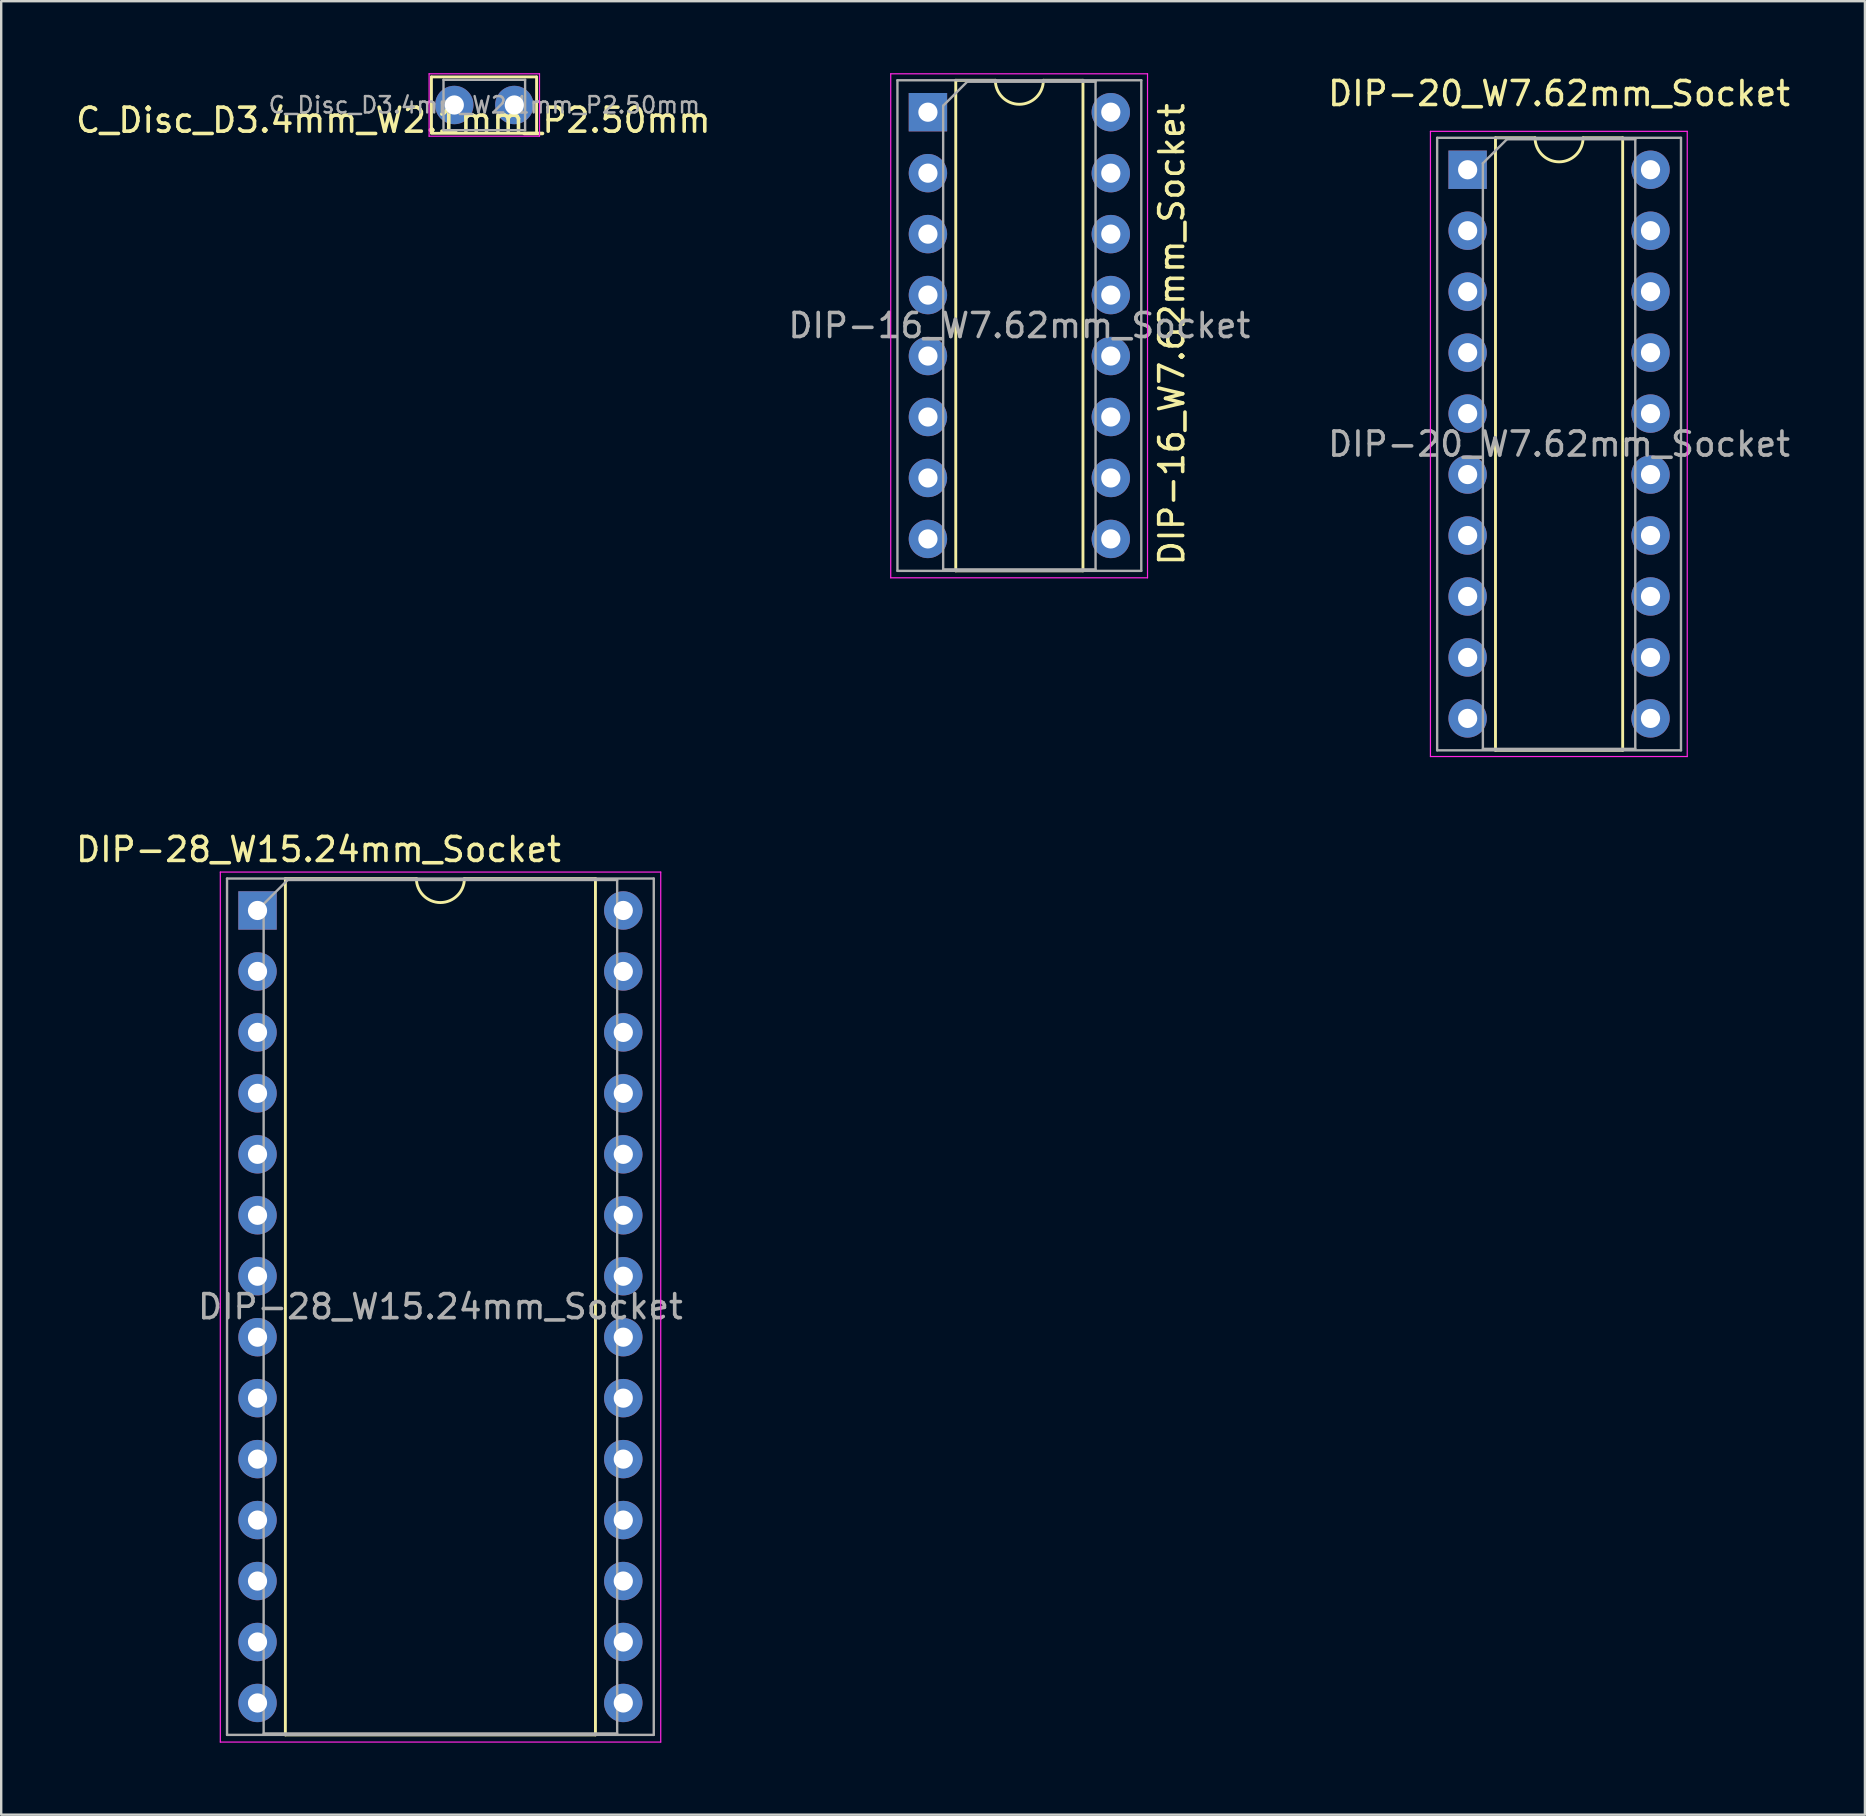
<source format=kicad_pcb>
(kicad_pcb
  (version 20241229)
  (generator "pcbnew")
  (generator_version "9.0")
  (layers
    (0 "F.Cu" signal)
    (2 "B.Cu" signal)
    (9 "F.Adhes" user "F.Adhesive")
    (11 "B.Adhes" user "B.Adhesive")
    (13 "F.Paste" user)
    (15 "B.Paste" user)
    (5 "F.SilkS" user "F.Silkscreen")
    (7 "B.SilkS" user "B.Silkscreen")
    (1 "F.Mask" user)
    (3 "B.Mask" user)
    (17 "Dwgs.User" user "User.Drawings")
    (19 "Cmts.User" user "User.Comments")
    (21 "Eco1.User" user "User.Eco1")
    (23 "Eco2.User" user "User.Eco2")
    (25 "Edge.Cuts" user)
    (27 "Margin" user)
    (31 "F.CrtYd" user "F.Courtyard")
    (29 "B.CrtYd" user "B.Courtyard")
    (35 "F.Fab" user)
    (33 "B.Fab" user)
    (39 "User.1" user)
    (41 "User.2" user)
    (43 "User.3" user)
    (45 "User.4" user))
  (footprint "DIP-28_W15.24mm_Socket"
    (layer "F.Cu")
    (at 7.68 34.886)
    (property "Reference" "DIP-28_W15.24mm_Socket" (at 2.54 -2.54 180) (layer "F.SilkS") (effects (font (size 1 1) (thickness 0.15))))
    (attr through_hole)
    (fp_line (start 1.16 -1.33) (end 1.16 34.35) (stroke (width 0.12) (type solid)) (layer "F.SilkS"))
    (fp_line (start 1.16 34.35) (end 14.08 34.35) (stroke (width 0.12) (type solid)) (layer "F.SilkS"))
    (fp_line (start 6.62 -1.33) (end 1.16 -1.33) (stroke (width 0.12) (type solid)) (layer "F.SilkS"))
    (fp_line (start 14.08 -1.33) (end 8.62 -1.33) (stroke (width 0.12) (type solid)) (layer "F.SilkS"))
    (fp_line (start 14.08 34.35) (end 14.08 -1.33) (stroke (width 0.12) (type solid)) (layer "F.SilkS"))
    (fp_arc (start 8.62 -1.33) (mid 7.62 -0.33) (end 6.62 -1.33) (stroke (width 0.12) (type solid)) (layer "F.SilkS"))
    (fp_line (start -1.55 -1.6) (end -1.55 34.65) (stroke (width 0.05) (type solid)) (layer "F.CrtYd"))
    (fp_line (start -1.55 34.65) (end 16.8 34.65) (stroke (width 0.05) (type solid)) (layer "F.CrtYd"))
    (fp_line (start 16.8 -1.6) (end -1.55 -1.6) (stroke (width 0.05) (type solid)) (layer "F.CrtYd"))
    (fp_line (start 16.8 34.65) (end 16.8 -1.6) (stroke (width 0.05) (type solid)) (layer "F.CrtYd"))
    (fp_line (start -1.27 -1.33) (end -1.27 34.35) (stroke (width 0.1) (type solid)) (layer "F.Fab"))
    (fp_line (start -1.27 34.35) (end 16.51 34.35) (stroke (width 0.1) (type solid)) (layer "F.Fab"))
    (fp_line (start 0.255 -0.27) (end 1.255 -1.27) (stroke (width 0.1) (type solid)) (layer "F.Fab"))
    (fp_line (start 0.255 34.29) (end 0.255 -0.27) (stroke (width 0.1) (type solid)) (layer "F.Fab"))
    (fp_line (start 1.255 -1.27) (end 14.985 -1.27) (stroke (width 0.1) (type solid)) (layer "F.Fab"))
    (fp_line (start 14.985 -1.27) (end 14.985 34.29) (stroke (width 0.1) (type solid)) (layer "F.Fab"))
    (fp_line (start 14.985 34.29) (end 0.255 34.29) (stroke (width 0.1) (type solid)) (layer "F.Fab"))
    (fp_line (start 16.51 -1.33) (end -1.27 -1.33) (stroke (width 0.1) (type solid)) (layer "F.Fab"))
    (fp_line (start 16.51 34.35) (end 16.51 -1.33) (stroke (width 0.1) (type solid)) (layer "F.Fab"))
    (fp_text user "${REFERENCE}" (at 7.62 16.51 180) (layer "F.Fab") (effects (font (size 1 1) (thickness 0.15))))
    (pad "1" thru_hole rect (at 0 0) (size 1.6 1.6) (drill 0.8) (layers "*.Cu" "*.Mask"))
    (pad "2" thru_hole oval (at 0 2.54) (size 1.6 1.6) (drill 0.8) (layers "*.Cu" "*.Mask"))
    (pad "3" thru_hole oval (at 0 5.08) (size 1.6 1.6) (drill 0.8) (layers "*.Cu" "*.Mask"))
    (pad "4" thru_hole oval (at 0 7.62) (size 1.6 1.6) (drill 0.8) (layers "*.Cu" "*.Mask"))
    (pad "5" thru_hole oval (at 0 10.16) (size 1.6 1.6) (drill 0.8) (layers "*.Cu" "*.Mask"))
    (pad "6" thru_hole oval (at 0 12.7) (size 1.6 1.6) (drill 0.8) (layers "*.Cu" "*.Mask"))
    (pad "7" thru_hole oval (at 0 15.24) (size 1.6 1.6) (drill 0.8) (layers "*.Cu" "*.Mask"))
    (pad "8" thru_hole oval (at 0 17.78) (size 1.6 1.6) (drill 0.8) (layers "*.Cu" "*.Mask"))
    (pad "9" thru_hole oval (at 0 20.32) (size 1.6 1.6) (drill 0.8) (layers "*.Cu" "*.Mask"))
    (pad "10" thru_hole oval (at 0 22.86) (size 1.6 1.6) (drill 0.8) (layers "*.Cu" "*.Mask"))
    (pad "11" thru_hole oval (at 0 25.4) (size 1.6 1.6) (drill 0.8) (layers "*.Cu" "*.Mask"))
    (pad "12" thru_hole oval (at 0 27.94) (size 1.6 1.6) (drill 0.8) (layers "*.Cu" "*.Mask"))
    (pad "13" thru_hole oval (at 0 30.48) (size 1.6 1.6) (drill 0.8) (layers "*.Cu" "*.Mask"))
    (pad "14" thru_hole oval (at 0 33.02) (size 1.6 1.6) (drill 0.8) (layers "*.Cu" "*.Mask"))
    (pad "15" thru_hole oval (at 15.24 33.02) (size 1.6 1.6) (drill 0.8) (layers "*.Cu" "*.Mask"))
    (pad "16" thru_hole oval (at 15.24 30.48) (size 1.6 1.6) (drill 0.8) (layers "*.Cu" "*.Mask"))
    (pad "17" thru_hole oval (at 15.24 27.94) (size 1.6 1.6) (drill 0.8) (layers "*.Cu" "*.Mask"))
    (pad "18" thru_hole oval (at 15.24 25.4) (size 1.6 1.6) (drill 0.8) (layers "*.Cu" "*.Mask"))
    (pad "19" thru_hole oval (at 15.24 22.86) (size 1.6 1.6) (drill 0.8) (layers "*.Cu" "*.Mask"))
    (pad "20" thru_hole oval (at 15.24 20.32) (size 1.6 1.6) (drill 0.8) (layers "*.Cu" "*.Mask"))
    (pad "21" thru_hole oval (at 15.24 17.78) (size 1.6 1.6) (drill 0.8) (layers "*.Cu" "*.Mask"))
    (pad "22" thru_hole oval (at 15.24 15.24) (size 1.6 1.6) (drill 0.8) (layers "*.Cu" "*.Mask"))
    (pad "23" thru_hole oval (at 15.24 12.7) (size 1.6 1.6) (drill 0.8) (layers "*.Cu" "*.Mask"))
    (pad "24" thru_hole oval (at 15.24 10.16) (size 1.6 1.6) (drill 0.8) (layers "*.Cu" "*.Mask"))
    (pad "25" thru_hole oval (at 15.24 7.62) (size 1.6 1.6) (drill 0.8) (layers "*.Cu" "*.Mask"))
    (pad "26" thru_hole oval (at 15.24 5.08) (size 1.6 1.6) (drill 0.8) (layers "*.Cu" "*.Mask"))
    (pad "27" thru_hole oval (at 15.24 2.54) (size 1.6 1.6) (drill 0.8) (layers "*.Cu" "*.Mask"))
    (pad "28" thru_hole oval (at 15.24 0) (size 1.6 1.6) (drill 0.8) (layers "*.Cu" "*.Mask")))
  (footprint "C_Disc_D3.4mm_W2.1mm_P2.50mm"
    (layer "F.Cu")
    (at 15.879 1.325)
    (property "Reference" "C_Disc_D3.4mm_W2.1mm_P2.50mm" (at -2.54 0.635 0) (layer "F.SilkS") (effects (font (size 1 1) (thickness 0.15))))
    (attr through_hole)
    (fp_line (start -0.953 -1.17) (end -0.953 1.143) (stroke (width 0.12) (type solid)) (layer "F.SilkS"))
    (fp_line (start -0.953 -1.17) (end 3.429 -1.17) (stroke (width 0.12) (type solid)) (layer "F.SilkS"))
    (fp_line (start -0.953 1.179) (end 3.429 1.179) (stroke (width 0.12) (type solid)) (layer "F.SilkS"))
    (fp_line (start 3.429 -1.17) (end 3.429 1.143) (stroke (width 0.12) (type solid)) (layer "F.SilkS"))
    (fp_line (start -1.05 -1.3) (end -1.05 1.3) (stroke (width 0.05) (type solid)) (layer "F.CrtYd"))
    (fp_line (start -1.05 1.3) (end 3.55 1.3) (stroke (width 0.05) (type solid)) (layer "F.CrtYd"))
    (fp_line (start 3.55 -1.3) (end -1.05 -1.3) (stroke (width 0.05) (type solid)) (layer "F.CrtYd"))
    (fp_line (start 3.55 1.3) (end 3.55 -1.3) (stroke (width 0.05) (type solid)) (layer "F.CrtYd"))
    (fp_line (start -0.45 -1.05) (end -0.45 1.05) (stroke (width 0.1) (type solid)) (layer "F.Fab"))
    (fp_line (start -0.45 1.05) (end 2.95 1.05) (stroke (width 0.1) (type solid)) (layer "F.Fab"))
    (fp_line (start 2.95 -1.05) (end -0.45 -1.05) (stroke (width 0.1) (type solid)) (layer "F.Fab"))
    (fp_line (start 2.95 1.05) (end 2.95 -1.05) (stroke (width 0.1) (type solid)) (layer "F.Fab"))
    (fp_text user "${REFERENCE}" (at 1.25 0 0) (layer "F.Fab") (effects (font (size 0.68 0.68) (thickness 0.102))))
    (pad "1" thru_hole circle (at 0 0) (size 1.6 1.6) (drill 0.8) (layers "*.Cu" "*.Mask"))
    (pad "2" thru_hole circle (at 2.5 0) (size 1.6 1.6) (drill 0.8) (layers "*.Cu" "*.Mask")))
  (footprint "DIP-20_W7.62mm_Socket"
    (layer "F.Cu")
    (at 58.101 4.023)
    (property "Reference" "DIP-20_W7.62mm_Socket" (at 3.81 -3.175 180) (layer "F.SilkS") (effects (font (size 1 1) (thickness 0.15))))
    (attr through_hole)
    (fp_line (start 1.16 -1.33) (end 1.16 24.19) (stroke (width 0.12) (type solid)) (layer "F.SilkS"))
    (fp_line (start 1.16 24.19) (end 6.46 24.19) (stroke (width 0.12) (type solid)) (layer "F.SilkS"))
    (fp_line (start 2.81 -1.33) (end 1.16 -1.33) (stroke (width 0.12) (type solid)) (layer "F.SilkS"))
    (fp_line (start 6.46 -1.33) (end 4.81 -1.33) (stroke (width 0.12) (type solid)) (layer "F.SilkS"))
    (fp_line (start 6.46 24.19) (end 6.46 -1.33) (stroke (width 0.12) (type solid)) (layer "F.SilkS"))
    (fp_arc (start 4.81 -1.33) (mid 3.81 -0.33) (end 2.81 -1.33) (stroke (width 0.12) (type solid)) (layer "F.SilkS"))
    (fp_line (start -1.55 -1.6) (end -1.55 24.45) (stroke (width 0.05) (type solid)) (layer "F.CrtYd"))
    (fp_line (start -1.55 24.45) (end 9.15 24.45) (stroke (width 0.05) (type solid)) (layer "F.CrtYd"))
    (fp_line (start 9.15 -1.6) (end -1.55 -1.6) (stroke (width 0.05) (type solid)) (layer "F.CrtYd"))
    (fp_line (start 9.15 24.45) (end 9.15 -1.6) (stroke (width 0.05) (type solid)) (layer "F.CrtYd"))
    (fp_line (start -1.27 -1.33) (end -1.27 24.19) (stroke (width 0.1) (type solid)) (layer "F.Fab"))
    (fp_line (start -1.27 24.19) (end 8.89 24.19) (stroke (width 0.1) (type solid)) (layer "F.Fab"))
    (fp_line (start 0.635 -0.27) (end 1.635 -1.27) (stroke (width 0.1) (type solid)) (layer "F.Fab"))
    (fp_line (start 0.635 24.13) (end 0.635 -0.27) (stroke (width 0.1) (type solid)) (layer "F.Fab"))
    (fp_line (start 1.635 -1.27) (end 6.985 -1.27) (stroke (width 0.1) (type solid)) (layer "F.Fab"))
    (fp_line (start 6.985 -1.27) (end 6.985 24.13) (stroke (width 0.1) (type solid)) (layer "F.Fab"))
    (fp_line (start 6.985 24.13) (end 0.635 24.13) (stroke (width 0.1) (type solid)) (layer "F.Fab"))
    (fp_line (start 8.89 -1.33) (end -1.27 -1.33) (stroke (width 0.1) (type solid)) (layer "F.Fab"))
    (fp_line (start 8.89 24.19) (end 8.89 -1.33) (stroke (width 0.1) (type solid)) (layer "F.Fab"))
    (fp_text user "${REFERENCE}" (at 3.81 11.43 180) (layer "F.Fab") (effects (font (size 1 1) (thickness 0.15))))
    (pad "1" thru_hole rect (at 0 0) (size 1.6 1.6) (drill 0.8) (layers "*.Cu" "*.Mask"))
    (pad "2" thru_hole oval (at 0 2.54) (size 1.6 1.6) (drill 0.8) (layers "*.Cu" "*.Mask"))
    (pad "3" thru_hole oval (at 0 5.08) (size 1.6 1.6) (drill 0.8) (layers "*.Cu" "*.Mask"))
    (pad "4" thru_hole oval (at 0 7.62) (size 1.6 1.6) (drill 0.8) (layers "*.Cu" "*.Mask"))
    (pad "5" thru_hole oval (at 0 10.16) (size 1.6 1.6) (drill 0.8) (layers "*.Cu" "*.Mask"))
    (pad "6" thru_hole oval (at 0 12.7) (size 1.6 1.6) (drill 0.8) (layers "*.Cu" "*.Mask"))
    (pad "7" thru_hole oval (at 0 15.24) (size 1.6 1.6) (drill 0.8) (layers "*.Cu" "*.Mask"))
    (pad "8" thru_hole oval (at 0 17.78) (size 1.6 1.6) (drill 0.8) (layers "*.Cu" "*.Mask"))
    (pad "9" thru_hole oval (at 0 20.32) (size 1.6 1.6) (drill 0.8) (layers "*.Cu" "*.Mask"))
    (pad "10" thru_hole oval (at 0 22.86) (size 1.6 1.6) (drill 0.8) (layers "*.Cu" "*.Mask"))
    (pad "11" thru_hole oval (at 7.62 22.86) (size 1.6 1.6) (drill 0.8) (layers "*.Cu" "*.Mask"))
    (pad "12" thru_hole oval (at 7.62 20.32) (size 1.6 1.6) (drill 0.8) (layers "*.Cu" "*.Mask"))
    (pad "13" thru_hole oval (at 7.62 17.78) (size 1.6 1.6) (drill 0.8) (layers "*.Cu" "*.Mask"))
    (pad "14" thru_hole oval (at 7.62 15.24) (size 1.6 1.6) (drill 0.8) (layers "*.Cu" "*.Mask"))
    (pad "15" thru_hole oval (at 7.62 12.7) (size 1.6 1.6) (drill 0.8) (layers "*.Cu" "*.Mask"))
    (pad "16" thru_hole oval (at 7.62 10.16) (size 1.6 1.6) (drill 0.8) (layers "*.Cu" "*.Mask"))
    (pad "17" thru_hole oval (at 7.62 7.62) (size 1.6 1.6) (drill 0.8) (layers "*.Cu" "*.Mask"))
    (pad "18" thru_hole oval (at 7.62 5.08) (size 1.6 1.6) (drill 0.8) (layers "*.Cu" "*.Mask"))
    (pad "19" thru_hole oval (at 7.62 2.54) (size 1.6 1.6) (drill 0.8) (layers "*.Cu" "*.Mask"))
    (pad "20" thru_hole oval (at 7.62 0) (size 1.6 1.6) (drill 0.8) (layers "*.Cu" "*.Mask")))
  (footprint "DIP-16_W7.62mm_Socket"
    (layer "F.Cu")
    (at 35.613 1.625)
    (property "Reference" "DIP-16_W7.62mm_Socket" (at 10.16 9.256 270) (layer "F.SilkS") (effects (font (size 1 1) (thickness 0.15))))
    (attr through_hole)
    (fp_line (start 1.16 -1.33) (end 1.16 19.11) (stroke (width 0.12) (type solid)) (layer "F.SilkS"))
    (fp_line (start 1.16 19.11) (end 6.46 19.11) (stroke (width 0.12) (type solid)) (layer "F.SilkS"))
    (fp_line (start 2.81 -1.33) (end 1.16 -1.33) (stroke (width 0.12) (type solid)) (layer "F.SilkS"))
    (fp_line (start 6.46 -1.33) (end 4.81 -1.33) (stroke (width 0.12) (type solid)) (layer "F.SilkS"))
    (fp_line (start 6.46 19.11) (end 6.46 -1.33) (stroke (width 0.12) (type solid)) (layer "F.SilkS"))
    (fp_arc (start 4.81 -1.33) (mid 3.81 -0.33) (end 2.81 -1.33) (stroke (width 0.12) (type solid)) (layer "F.SilkS"))
    (fp_line (start -1.55 -1.6) (end -1.55 19.4) (stroke (width 0.05) (type solid)) (layer "F.CrtYd"))
    (fp_line (start -1.55 19.4) (end 9.15 19.4) (stroke (width 0.05) (type solid)) (layer "F.CrtYd"))
    (fp_line (start 9.15 -1.6) (end -1.55 -1.6) (stroke (width 0.05) (type solid)) (layer "F.CrtYd"))
    (fp_line (start 9.15 19.4) (end 9.15 -1.6) (stroke (width 0.05) (type solid)) (layer "F.CrtYd"))
    (fp_line (start -1.27 -1.33) (end -1.27 19.11) (stroke (width 0.1) (type solid)) (layer "F.Fab"))
    (fp_line (start -1.27 19.11) (end 8.89 19.11) (stroke (width 0.1) (type solid)) (layer "F.Fab"))
    (fp_line (start 0.635 -0.27) (end 1.635 -1.27) (stroke (width 0.1) (type solid)) (layer "F.Fab"))
    (fp_line (start 0.635 19.05) (end 0.635 -0.27) (stroke (width 0.1) (type solid)) (layer "F.Fab"))
    (fp_line (start 1.635 -1.27) (end 6.985 -1.27) (stroke (width 0.1) (type solid)) (layer "F.Fab"))
    (fp_line (start 6.985 -1.27) (end 6.985 19.05) (stroke (width 0.1) (type solid)) (layer "F.Fab"))
    (fp_line (start 6.985 19.05) (end 0.635 19.05) (stroke (width 0.1) (type solid)) (layer "F.Fab"))
    (fp_line (start 8.89 -1.33) (end -1.27 -1.33) (stroke (width 0.1) (type solid)) (layer "F.Fab"))
    (fp_line (start 8.89 19.11) (end 8.89 -1.33) (stroke (width 0.1) (type solid)) (layer "F.Fab"))
    (fp_text user "${REFERENCE}" (at 3.81 8.89 180) (layer "F.Fab") (effects (font (size 1 1) (thickness 0.15))))
    (pad "1" thru_hole rect (at 0 0) (size 1.6 1.6) (drill 0.8) (layers "*.Cu" "*.Mask"))
    (pad "2" thru_hole oval (at 0 2.54) (size 1.6 1.6) (drill 0.8) (layers "*.Cu" "*.Mask"))
    (pad "3" thru_hole oval (at 0 5.08) (size 1.6 1.6) (drill 0.8) (layers "*.Cu" "*.Mask"))
    (pad "4" thru_hole oval (at 0 7.62) (size 1.6 1.6) (drill 0.8) (layers "*.Cu" "*.Mask"))
    (pad "5" thru_hole oval (at 0 10.16) (size 1.6 1.6) (drill 0.8) (layers "*.Cu" "*.Mask"))
    (pad "6" thru_hole oval (at 0 12.7) (size 1.6 1.6) (drill 0.8) (layers "*.Cu" "*.Mask"))
    (pad "7" thru_hole oval (at 0 15.24) (size 1.6 1.6) (drill 0.8) (layers "*.Cu" "*.Mask"))
    (pad "8" thru_hole oval (at 0 17.78) (size 1.6 1.6) (drill 0.8) (layers "*.Cu" "*.Mask"))
    (pad "9" thru_hole oval (at 7.62 17.78) (size 1.6 1.6) (drill 0.8) (layers "*.Cu" "*.Mask"))
    (pad "10" thru_hole oval (at 7.62 15.24) (size 1.6 1.6) (drill 0.8) (layers "*.Cu" "*.Mask"))
    (pad "11" thru_hole oval (at 7.62 12.7) (size 1.6 1.6) (drill 0.8) (layers "*.Cu" "*.Mask"))
    (pad "12" thru_hole oval (at 7.62 10.16) (size 1.6 1.6) (drill 0.8) (layers "*.Cu" "*.Mask"))
    (pad "13" thru_hole oval (at 7.62 7.62) (size 1.6 1.6) (drill 0.8) (layers "*.Cu" "*.Mask"))
    (pad "14" thru_hole oval (at 7.62 5.08) (size 1.6 1.6) (drill 0.8) (layers "*.Cu" "*.Mask"))
    (pad "15" thru_hole oval (at 7.62 2.54) (size 1.6 1.6) (drill 0.8) (layers "*.Cu" "*.Mask"))
    (pad "16" thru_hole oval (at 7.62 0) (size 1.6 1.6) (drill 0.8) (layers "*.Cu" "*.Mask")))
  (gr_rect
    (start -3 -3)
    (end 74.655 72.561)
    (stroke (width 0.1) (type default))
    (fill no)
    (layer "Edge.Cuts")))
</source>
